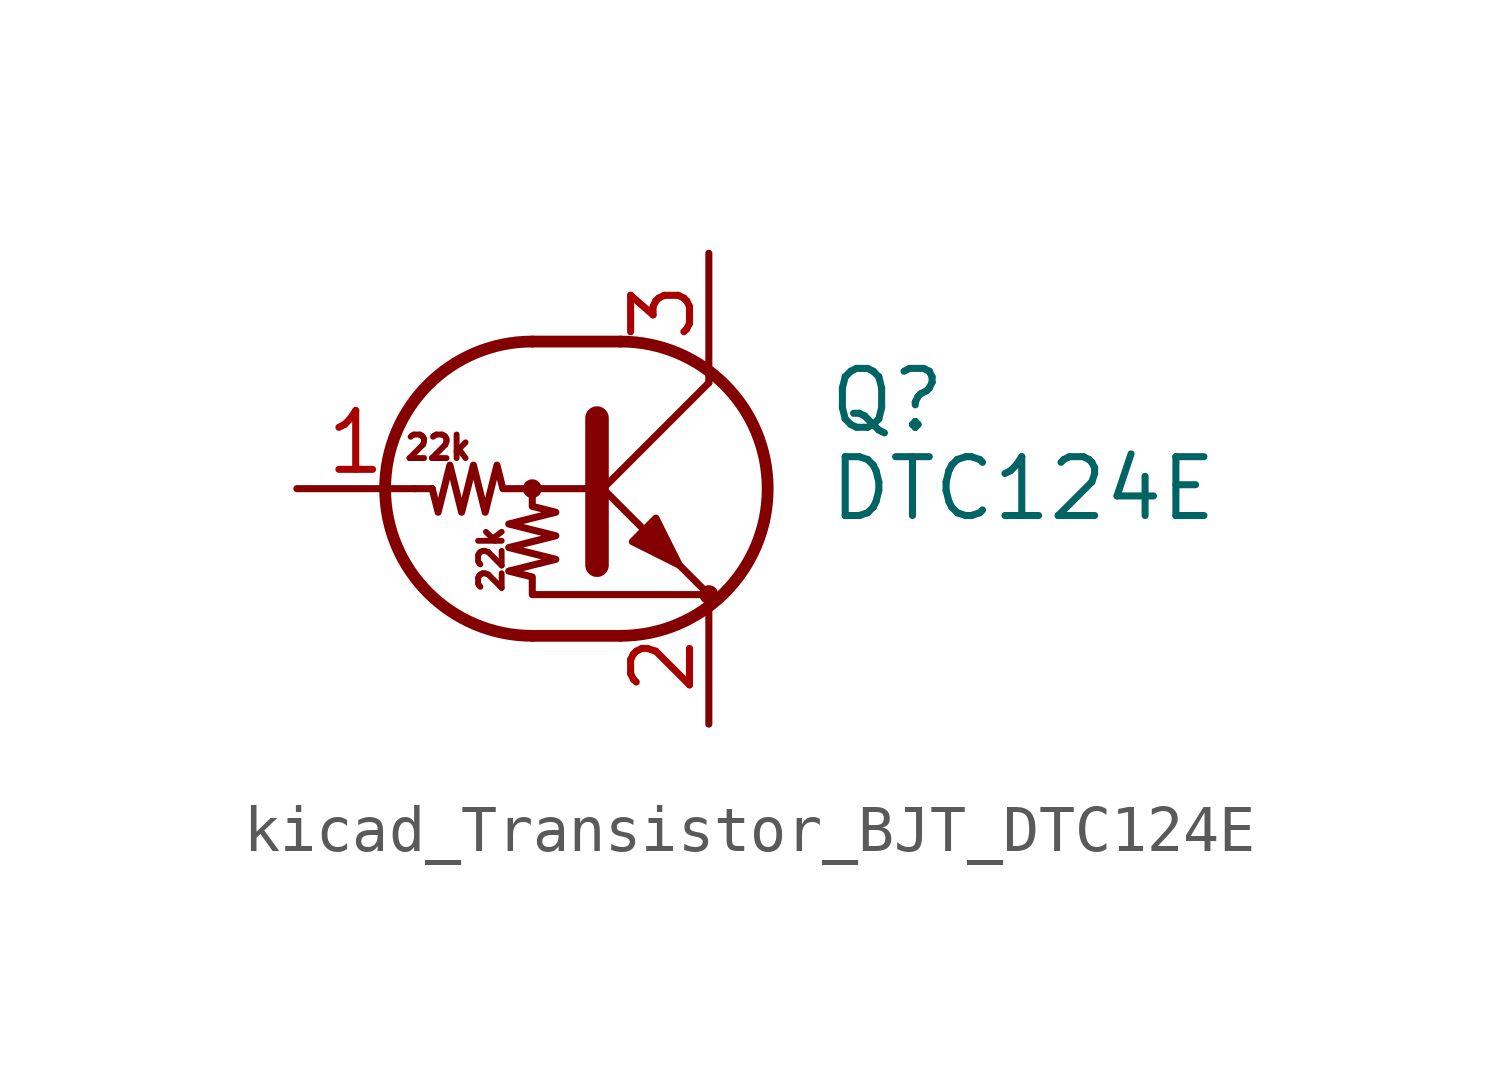
<source format=kicad_sym>
(kicad_symbol_lib
  (version 20220914)
  (generator kicad_symbol_editor)
  (symbol "kicad_Transistor_BJT_DTC124E"
    (pin_names
      (offset 0) hide)
    (property "Reference" "Q"
      (at 5.08 1.905 0)
      (effects (font (size 1.27 1.27)) (justify left)))
    (property "Value" "DTC124E"
      (at 5.08 0 0)
      (effects (font (size 1.27 1.27)) (justify left)))
    (symbol "kicad_Transistor_BJT_DTC124E_0_0"
      (text "22k" (at -3.302 0.889 0) (effects (font (size 0.508 0.508))))
      (text "22k" (at -2.159 -1.524 900) (effects (font (size 0.508 0.508)))))
    (symbol "kicad_Transistor_BJT_DTC124E_0_1"
      (circle (center -1.27 0) (radius 0.127) (stroke (width 0) (type default)) (fill (type none)))
      (arc (start -1.27 3.175) (mid -4.4312 0) (end -1.27 -3.175) (stroke (width 0.254) (type default)) (fill (type none)))
      (polyline (pts (xy -3.429 0) (xy -3.81 0)) (stroke (width 0) (type default)) (fill (type none)))
      (polyline (pts (xy -1.27 -3.175) (xy 0.635 -3.175)) (stroke (width 0.254) (type default)) (fill (type none)))
      (polyline (pts (xy -1.27 3.175) (xy 0.635 3.175)) (stroke (width 0.254) (type default)) (fill (type none)))
      (polyline (pts (xy 0 -0.254) (xy 2.54 2.286)) (stroke (width 0) (type default)) (fill (type none)))
      (polyline (pts (xy 0.127 1.524) (xy 0.127 -1.651)) (stroke (width 0.508) (type default)) (fill (type outline)))
      (polyline (pts (xy 2.54 2.286) (xy 2.54 2.54)) (stroke (width 0) (type default)) (fill (type none)))
      (polyline (pts (xy 2.54 -2.286) (xy 0 0.254) (xy 0 0.254)) (stroke (width 0) (type default)) (fill (type none)))
      (polyline (pts (xy 0.889 -1.143) (xy 1.397 -0.635) (xy 1.905 -1.651) (xy 0.889 -1.143)) (stroke (width 0) (type default)) (fill (type outline)))
      (polyline (pts (xy 0 0) (xy -1.905 0) (xy -2.032 0.508) (xy -2.286 -0.508) (xy -2.54 0.508) (xy -2.794 -0.508) (xy -3.048 0.508) (xy -3.302 -0.508) (xy -3.429 0)) (stroke (width 0) (type default)) (fill (type none)))
      (polyline (pts (xy -1.27 0) (xy -1.27 -0.381) (xy -0.762 -0.508) (xy -1.778 -0.762) (xy -0.762 -1.016) (xy -1.778 -1.27) (xy -0.762 -1.524) (xy -1.778 -1.778) (xy -1.27 -1.905) (xy -1.27 -2.286) (xy 2.54 -2.286)) (stroke (width 0) (type default)) (fill (type none)))
      (arc (start 0.635 -3.175) (mid 3.7962 0) (end 0.635 3.175) (stroke (width 0.254) (type default)) (fill (type none)))
      (circle (center 2.54 -2.286) (radius 0.127) (stroke (width 0) (type default)) (fill (type none))))
    (symbol "kicad_Transistor_BJT_DTC124E_1_1"
      (pin input line (at -6.35 0 0) (length 2.54) (name "B" (effects (font (size 1.27 1.27)))) (number "1" (effects (font (size 1.27 1.27)))))
      (pin passive line (at 2.54 -5.08 90) (length 2.54) (name "E" (effects (font (size 1.27 1.27)))) (number "2" (effects (font (size 1.27 1.27)))))
      (pin passive line (at 2.54 5.08 270) (length 2.54) (name "C" (effects (font (size 1.27 1.27)))) (number "3" (effects (font (size 1.27 1.27))))))))
</source>
